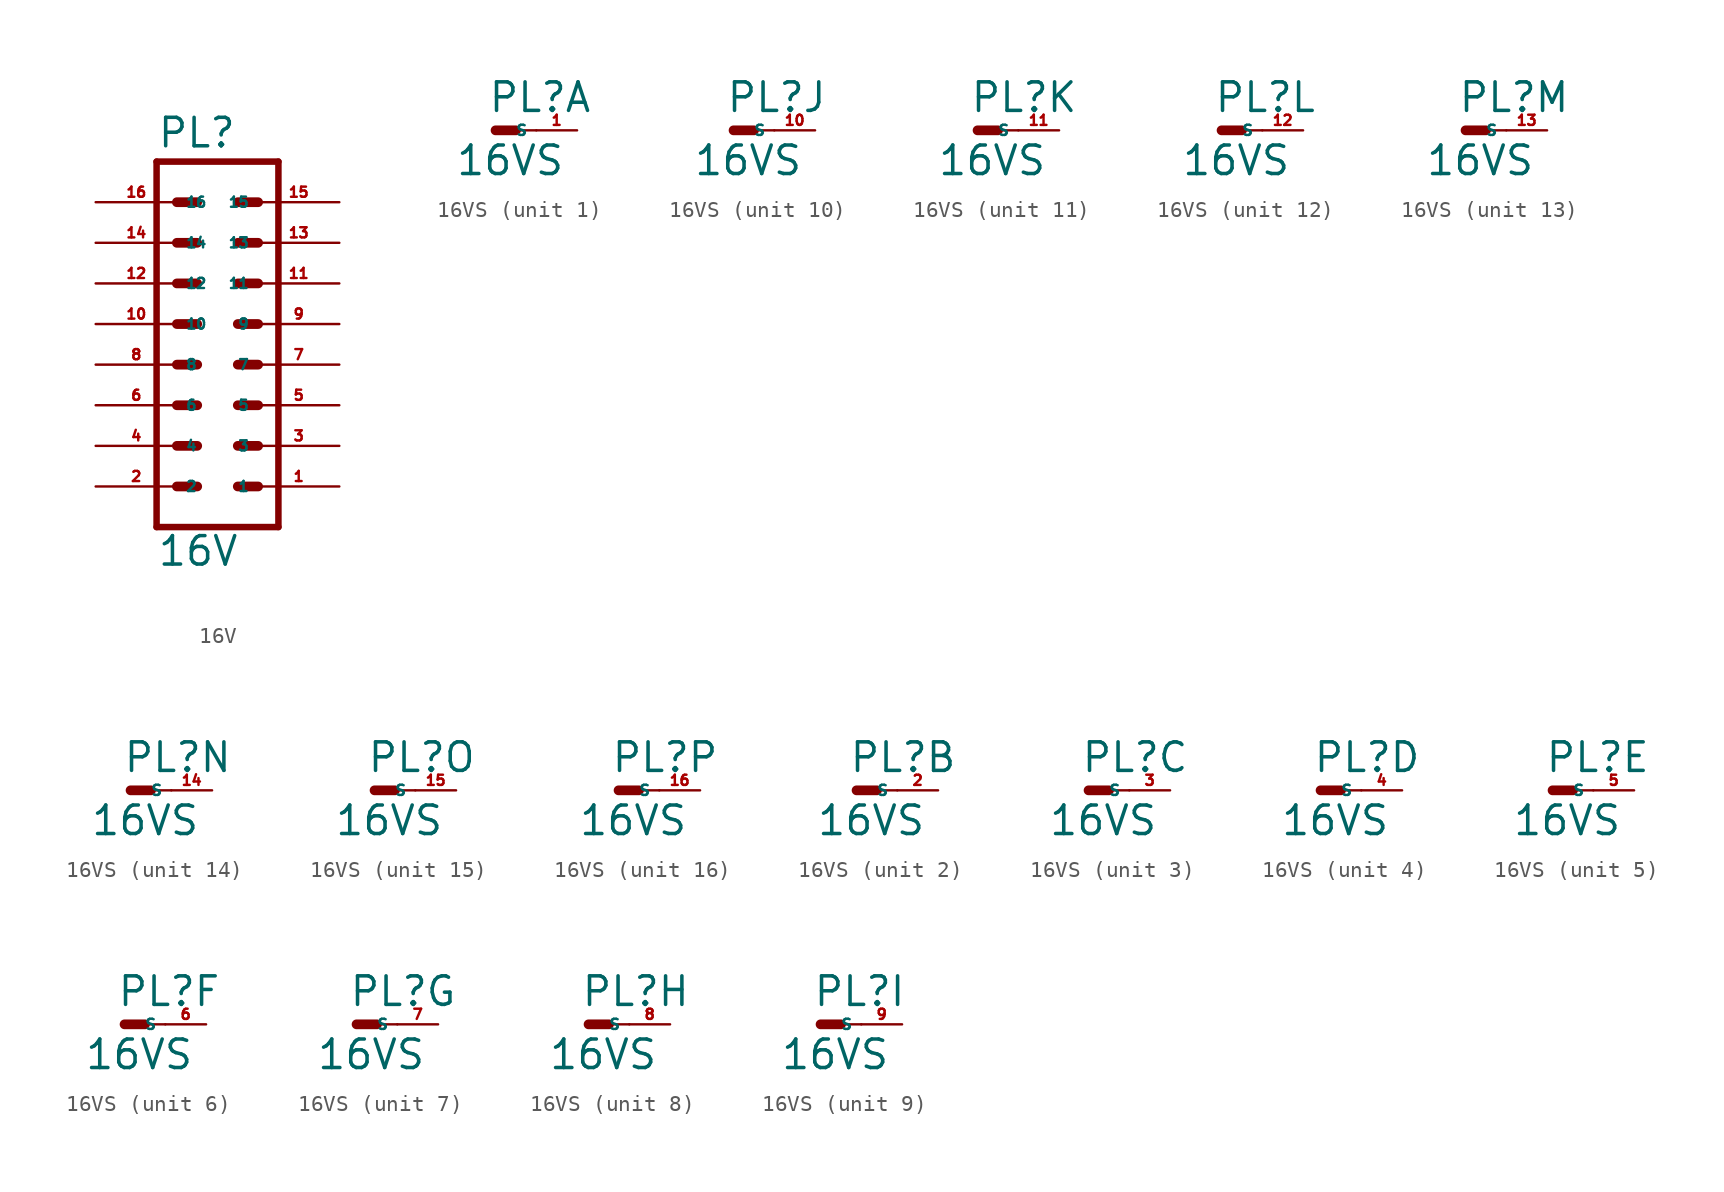
<source format=kicad_sym>
(kicad_symbol_lib
  (version 20220914)
  (generator Eagle2Kicad)
  (symbol "16V"
    (property "Reference" "PL"
      (at -3.81 13.462 0)
      (effects (font (size 1.778 1.778) (thickness 0.22)) (justify left bottom)))
    (property "Value" "16V"
      (at -3.81 -12.7 0)
      (effects (font (size 1.778 1.778) (thickness 0.22)) (justify left bottom)))
    (polyline
      (pts (xy 3.81 -10.16) (xy -3.81 -10.16))
      (stroke (width 0.406) (type default))
      (fill (type none)))
    (polyline
      (pts (xy -3.81 12.7) (xy -3.81 -10.16))
      (stroke (width 0.406) (type default))
      (fill (type none)))
    (polyline
      (pts (xy 3.81 -10.16) (xy 3.81 12.7))
      (stroke (width 0.406) (type default))
      (fill (type none)))
    (polyline
      (pts (xy -3.81 12.7) (xy 3.81 12.7))
      (stroke (width 0.406) (type default))
      (fill (type none)))
    (polyline
      (pts (xy 1.27 2.54) (xy 2.54 2.54))
      (stroke (width 0.61) (type default))
      (fill (type none)))
    (polyline
      (pts (xy 1.27 0) (xy 2.54 0))
      (stroke (width 0.61) (type default))
      (fill (type none)))
    (polyline
      (pts (xy 1.27 -2.54) (xy 2.54 -2.54))
      (stroke (width 0.61) (type default))
      (fill (type none)))
    (polyline
      (pts (xy 1.27 -5.08) (xy 2.54 -5.08))
      (stroke (width 0.61) (type default))
      (fill (type none)))
    (polyline
      (pts (xy 1.27 -7.62) (xy 2.54 -7.62))
      (stroke (width 0.61) (type default))
      (fill (type none)))
    (polyline
      (pts (xy -2.54 2.54) (xy -1.27 2.54))
      (stroke (width 0.61) (type default))
      (fill (type none)))
    (polyline
      (pts (xy -2.54 0) (xy -1.27 0))
      (stroke (width 0.61) (type default))
      (fill (type none)))
    (polyline
      (pts (xy -2.54 -2.54) (xy -1.27 -2.54))
      (stroke (width 0.61) (type default))
      (fill (type none)))
    (polyline
      (pts (xy -2.54 -5.08) (xy -1.27 -5.08))
      (stroke (width 0.61) (type default))
      (fill (type none)))
    (polyline
      (pts (xy -2.54 -7.62) (xy -1.27 -7.62))
      (stroke (width 0.61) (type default))
      (fill (type none)))
    (polyline
      (pts (xy -2.54 5.08) (xy -1.27 5.08))
      (stroke (width 0.61) (type default))
      (fill (type none)))
    (polyline
      (pts (xy -2.54 7.62) (xy -1.27 7.62))
      (stroke (width 0.61) (type default))
      (fill (type none)))
    (polyline
      (pts (xy -2.54 10.16) (xy -1.27 10.16))
      (stroke (width 0.61) (type default))
      (fill (type none)))
    (polyline
      (pts (xy 1.27 5.08) (xy 2.54 5.08))
      (stroke (width 0.61) (type default))
      (fill (type none)))
    (polyline
      (pts (xy 1.27 7.62) (xy 2.54 7.62))
      (stroke (width 0.61) (type default))
      (fill (type none)))
    (polyline
      (pts (xy 1.27 10.16) (xy 2.54 10.16))
      (stroke (width 0.61) (type default))
      (fill (type none)))
    (pin passive line
      (at 7.62 -7.62 180)
      (length 5.08)
      (name "1" (effects (font (size 0.635 0.635) (thickness 0.08)) (justify left bottom)))
      (number "1" (effects (font (size 0.635 0.635) (thickness 0.08)) (justify left bottom))))
    (pin passive line
      (at 7.62 -5.08 180)
      (length 5.08)
      (name "3" (effects (font (size 0.635 0.635) (thickness 0.08)) (justify left bottom)))
      (number "3" (effects (font (size 0.635 0.635) (thickness 0.08)) (justify left bottom))))
    (pin passive line
      (at 7.62 -2.54 180)
      (length 5.08)
      (name "5" (effects (font (size 0.635 0.635) (thickness 0.08)) (justify left bottom)))
      (number "5" (effects (font (size 0.635 0.635) (thickness 0.08)) (justify left bottom))))
    (pin passive line
      (at 7.62 0 180)
      (length 5.08)
      (name "7" (effects (font (size 0.635 0.635) (thickness 0.08)) (justify left bottom)))
      (number "7" (effects (font (size 0.635 0.635) (thickness 0.08)) (justify left bottom))))
    (pin passive line
      (at 7.62 2.54 180)
      (length 5.08)
      (name "9" (effects (font (size 0.635 0.635) (thickness 0.08)) (justify left bottom)))
      (number "9" (effects (font (size 0.635 0.635) (thickness 0.08)) (justify left bottom))))
    (pin passive line
      (at -7.62 -7.62 0)
      (length 5.08)
      (name "2" (effects (font (size 0.635 0.635) (thickness 0.08)) (justify left bottom)))
      (number "2" (effects (font (size 0.635 0.635) (thickness 0.08)) (justify left bottom))))
    (pin passive line
      (at -7.62 -5.08 0)
      (length 5.08)
      (name "4" (effects (font (size 0.635 0.635) (thickness 0.08)) (justify left bottom)))
      (number "4" (effects (font (size 0.635 0.635) (thickness 0.08)) (justify left bottom))))
    (pin passive line
      (at -7.62 -2.54 0)
      (length 5.08)
      (name "6" (effects (font (size 0.635 0.635) (thickness 0.08)) (justify left bottom)))
      (number "6" (effects (font (size 0.635 0.635) (thickness 0.08)) (justify left bottom))))
    (pin passive line
      (at -7.62 0 0)
      (length 5.08)
      (name "8" (effects (font (size 0.635 0.635) (thickness 0.08)) (justify left bottom)))
      (number "8" (effects (font (size 0.635 0.635) (thickness 0.08)) (justify left bottom))))
    (pin passive line
      (at -7.62 2.54 0)
      (length 5.08)
      (name "10" (effects (font (size 0.635 0.635) (thickness 0.08)) (justify left bottom)))
      (number "10" (effects (font (size 0.635 0.635) (thickness 0.08)) (justify left bottom))))
    (pin passive line
      (at 7.62 5.08 180)
      (length 5.08)
      (name "11" (effects (font (size 0.635 0.635) (thickness 0.08)) (justify left bottom)))
      (number "11" (effects (font (size 0.635 0.635) (thickness 0.08)) (justify left bottom))))
    (pin passive line
      (at 7.62 7.62 180)
      (length 5.08)
      (name "13" (effects (font (size 0.635 0.635) (thickness 0.08)) (justify left bottom)))
      (number "13" (effects (font (size 0.635 0.635) (thickness 0.08)) (justify left bottom))))
    (pin passive line
      (at 7.62 10.16 180)
      (length 5.08)
      (name "15" (effects (font (size 0.635 0.635) (thickness 0.08)) (justify left bottom)))
      (number "15" (effects (font (size 0.635 0.635) (thickness 0.08)) (justify left bottom))))
    (pin passive line
      (at -7.62 5.08 0)
      (length 5.08)
      (name "12" (effects (font (size 0.635 0.635) (thickness 0.08)) (justify left bottom)))
      (number "12" (effects (font (size 0.635 0.635) (thickness 0.08)) (justify left bottom))))
    (pin passive line
      (at -7.62 7.62 0)
      (length 5.08)
      (name "14" (effects (font (size 0.635 0.635) (thickness 0.08)) (justify left bottom)))
      (number "14" (effects (font (size 0.635 0.635) (thickness 0.08)) (justify left bottom))))
    (pin passive line
      (at -7.62 10.16 0)
      (length 5.08)
      (name "16" (effects (font (size 0.635 0.635) (thickness 0.08)) (justify left bottom)))
      (number "16" (effects (font (size 0.635 0.635) (thickness 0.08)) (justify left bottom)))))
  (symbol "16VS"
    (property "Reference" "PL"
      (at -0.508 1.016 0)
      (effects (font (size 1.778 1.778) (thickness 0.22)) (justify left bottom)))
    (property "Value" "16VS"
      (at -2.54 -2.921 0)
      (effects (font (size 1.778 1.778) (thickness 0.22)) (justify left bottom)))
    (symbol "16VS_1_0"
      (polyline (pts (xy 0 0) (xy 1.27 0)) (stroke (width 0.61) (type default)) (fill (type none)))
      (polyline (pts (xy 2.54 0) (xy 1.27 0)) (stroke (width 0.152) (type default)) (fill (type none)))
      (pin passive line (at 5.08 0 180) (length 2.54) (name "S" (effects (font (size 0.635 0.635) (thickness 0.08)) (justify left bottom))) (number "1" (effects (font (size 0.635 0.635) (thickness 0.08)) (justify left bottom)))))
    (symbol "16VS_2_0"
      (polyline (pts (xy 0 0) (xy 1.27 0)) (stroke (width 0.61) (type default)) (fill (type none)))
      (polyline (pts (xy 2.54 0) (xy 1.27 0)) (stroke (width 0.152) (type default)) (fill (type none)))
      (pin passive line (at 5.08 0 180) (length 2.54) (name "S" (effects (font (size 0.635 0.635) (thickness 0.08)) (justify left bottom))) (number "2" (effects (font (size 0.635 0.635) (thickness 0.08)) (justify left bottom)))))
    (symbol "16VS_3_0"
      (polyline (pts (xy 0 0) (xy 1.27 0)) (stroke (width 0.61) (type default)) (fill (type none)))
      (polyline (pts (xy 2.54 0) (xy 1.27 0)) (stroke (width 0.152) (type default)) (fill (type none)))
      (pin passive line (at 5.08 0 180) (length 2.54) (name "S" (effects (font (size 0.635 0.635) (thickness 0.08)) (justify left bottom))) (number "3" (effects (font (size 0.635 0.635) (thickness 0.08)) (justify left bottom)))))
    (symbol "16VS_4_0"
      (polyline (pts (xy 0 0) (xy 1.27 0)) (stroke (width 0.61) (type default)) (fill (type none)))
      (polyline (pts (xy 2.54 0) (xy 1.27 0)) (stroke (width 0.152) (type default)) (fill (type none)))
      (pin passive line (at 5.08 0 180) (length 2.54) (name "S" (effects (font (size 0.635 0.635) (thickness 0.08)) (justify left bottom))) (number "4" (effects (font (size 0.635 0.635) (thickness 0.08)) (justify left bottom)))))
    (symbol "16VS_5_0"
      (polyline (pts (xy 0 0) (xy 1.27 0)) (stroke (width 0.61) (type default)) (fill (type none)))
      (polyline (pts (xy 2.54 0) (xy 1.27 0)) (stroke (width 0.152) (type default)) (fill (type none)))
      (pin passive line (at 5.08 0 180) (length 2.54) (name "S" (effects (font (size 0.635 0.635) (thickness 0.08)) (justify left bottom))) (number "5" (effects (font (size 0.635 0.635) (thickness 0.08)) (justify left bottom)))))
    (symbol "16VS_6_0"
      (polyline (pts (xy 0 0) (xy 1.27 0)) (stroke (width 0.61) (type default)) (fill (type none)))
      (polyline (pts (xy 2.54 0) (xy 1.27 0)) (stroke (width 0.152) (type default)) (fill (type none)))
      (pin passive line (at 5.08 0 180) (length 2.54) (name "S" (effects (font (size 0.635 0.635) (thickness 0.08)) (justify left bottom))) (number "6" (effects (font (size 0.635 0.635) (thickness 0.08)) (justify left bottom)))))
    (symbol "16VS_7_0"
      (polyline (pts (xy 0 0) (xy 1.27 0)) (stroke (width 0.61) (type default)) (fill (type none)))
      (polyline (pts (xy 2.54 0) (xy 1.27 0)) (stroke (width 0.152) (type default)) (fill (type none)))
      (pin passive line (at 5.08 0 180) (length 2.54) (name "S" (effects (font (size 0.635 0.635) (thickness 0.08)) (justify left bottom))) (number "7" (effects (font (size 0.635 0.635) (thickness 0.08)) (justify left bottom)))))
    (symbol "16VS_8_0"
      (polyline (pts (xy 0 0) (xy 1.27 0)) (stroke (width 0.61) (type default)) (fill (type none)))
      (polyline (pts (xy 2.54 0) (xy 1.27 0)) (stroke (width 0.152) (type default)) (fill (type none)))
      (pin passive line (at 5.08 0 180) (length 2.54) (name "S" (effects (font (size 0.635 0.635) (thickness 0.08)) (justify left bottom))) (number "8" (effects (font (size 0.635 0.635) (thickness 0.08)) (justify left bottom)))))
    (symbol "16VS_9_0"
      (polyline (pts (xy 0 0) (xy 1.27 0)) (stroke (width 0.61) (type default)) (fill (type none)))
      (polyline (pts (xy 2.54 0) (xy 1.27 0)) (stroke (width 0.152) (type default)) (fill (type none)))
      (pin passive line (at 5.08 0 180) (length 2.54) (name "S" (effects (font (size 0.635 0.635) (thickness 0.08)) (justify left bottom))) (number "9" (effects (font (size 0.635 0.635) (thickness 0.08)) (justify left bottom)))))
    (symbol "16VS_10_0"
      (polyline (pts (xy 0 0) (xy 1.27 0)) (stroke (width 0.61) (type default)) (fill (type none)))
      (polyline (pts (xy 2.54 0) (xy 1.27 0)) (stroke (width 0.152) (type default)) (fill (type none)))
      (pin passive line (at 5.08 0 180) (length 2.54) (name "S" (effects (font (size 0.635 0.635) (thickness 0.08)) (justify left bottom))) (number "10" (effects (font (size 0.635 0.635) (thickness 0.08)) (justify left bottom)))))
    (symbol "16VS_11_0"
      (polyline (pts (xy 0 0) (xy 1.27 0)) (stroke (width 0.61) (type default)) (fill (type none)))
      (polyline (pts (xy 2.54 0) (xy 1.27 0)) (stroke (width 0.152) (type default)) (fill (type none)))
      (pin passive line (at 5.08 0 180) (length 2.54) (name "S" (effects (font (size 0.635 0.635) (thickness 0.08)) (justify left bottom))) (number "11" (effects (font (size 0.635 0.635) (thickness 0.08)) (justify left bottom)))))
    (symbol "16VS_12_0"
      (polyline (pts (xy 0 0) (xy 1.27 0)) (stroke (width 0.61) (type default)) (fill (type none)))
      (polyline (pts (xy 2.54 0) (xy 1.27 0)) (stroke (width 0.152) (type default)) (fill (type none)))
      (pin passive line (at 5.08 0 180) (length 2.54) (name "S" (effects (font (size 0.635 0.635) (thickness 0.08)) (justify left bottom))) (number "12" (effects (font (size 0.635 0.635) (thickness 0.08)) (justify left bottom)))))
    (symbol "16VS_13_0"
      (polyline (pts (xy 0 0) (xy 1.27 0)) (stroke (width 0.61) (type default)) (fill (type none)))
      (polyline (pts (xy 2.54 0) (xy 1.27 0)) (stroke (width 0.152) (type default)) (fill (type none)))
      (pin passive line (at 5.08 0 180) (length 2.54) (name "S" (effects (font (size 0.635 0.635) (thickness 0.08)) (justify left bottom))) (number "13" (effects (font (size 0.635 0.635) (thickness 0.08)) (justify left bottom)))))
    (symbol "16VS_14_0"
      (polyline (pts (xy 0 0) (xy 1.27 0)) (stroke (width 0.61) (type default)) (fill (type none)))
      (polyline (pts (xy 2.54 0) (xy 1.27 0)) (stroke (width 0.152) (type default)) (fill (type none)))
      (pin passive line (at 5.08 0 180) (length 2.54) (name "S" (effects (font (size 0.635 0.635) (thickness 0.08)) (justify left bottom))) (number "14" (effects (font (size 0.635 0.635) (thickness 0.08)) (justify left bottom)))))
    (symbol "16VS_15_0"
      (polyline (pts (xy 0 0) (xy 1.27 0)) (stroke (width 0.61) (type default)) (fill (type none)))
      (polyline (pts (xy 2.54 0) (xy 1.27 0)) (stroke (width 0.152) (type default)) (fill (type none)))
      (pin passive line (at 5.08 0 180) (length 2.54) (name "S" (effects (font (size 0.635 0.635) (thickness 0.08)) (justify left bottom))) (number "15" (effects (font (size 0.635 0.635) (thickness 0.08)) (justify left bottom)))))
    (symbol "16VS_16_0"
      (polyline (pts (xy 0 0) (xy 1.27 0)) (stroke (width 0.61) (type default)) (fill (type none)))
      (polyline (pts (xy 2.54 0) (xy 1.27 0)) (stroke (width 0.152) (type default)) (fill (type none)))
      (pin passive line (at 5.08 0 180) (length 2.54) (name "S" (effects (font (size 0.635 0.635) (thickness 0.08)) (justify left bottom))) (number "16" (effects (font (size 0.635 0.635) (thickness 0.08)) (justify left bottom)))))))
</source>
